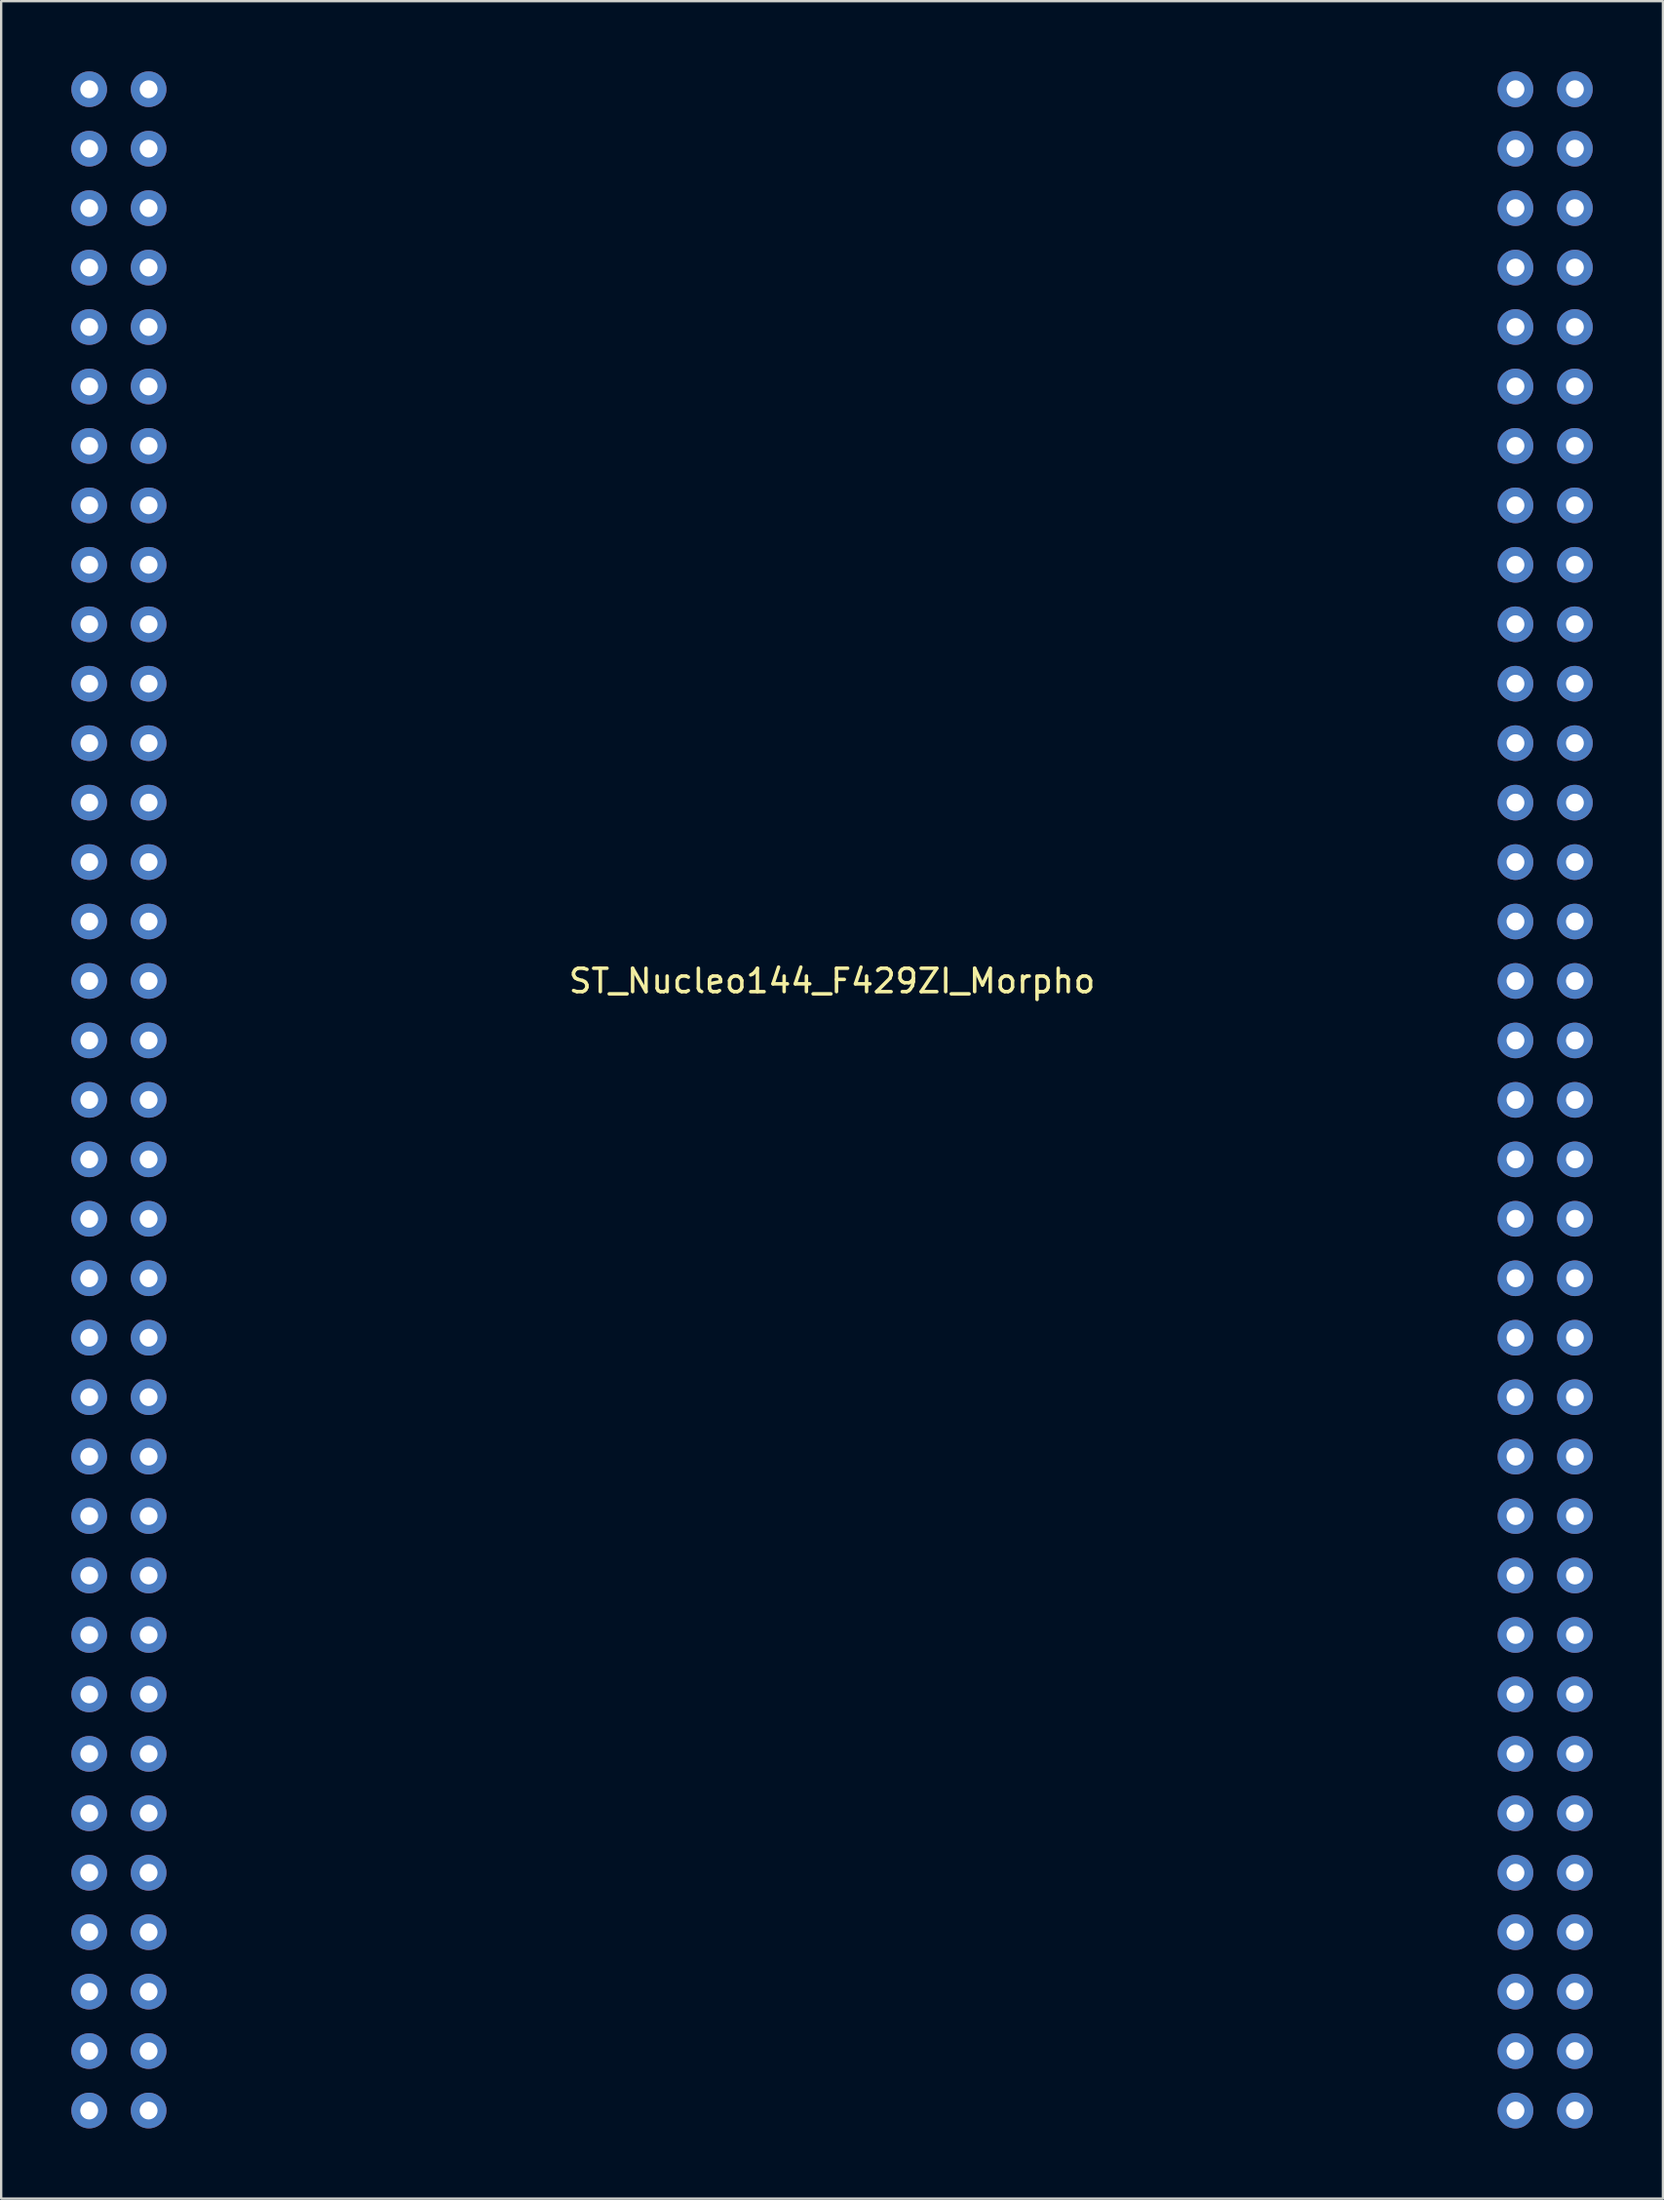
<source format=kicad_pcb>
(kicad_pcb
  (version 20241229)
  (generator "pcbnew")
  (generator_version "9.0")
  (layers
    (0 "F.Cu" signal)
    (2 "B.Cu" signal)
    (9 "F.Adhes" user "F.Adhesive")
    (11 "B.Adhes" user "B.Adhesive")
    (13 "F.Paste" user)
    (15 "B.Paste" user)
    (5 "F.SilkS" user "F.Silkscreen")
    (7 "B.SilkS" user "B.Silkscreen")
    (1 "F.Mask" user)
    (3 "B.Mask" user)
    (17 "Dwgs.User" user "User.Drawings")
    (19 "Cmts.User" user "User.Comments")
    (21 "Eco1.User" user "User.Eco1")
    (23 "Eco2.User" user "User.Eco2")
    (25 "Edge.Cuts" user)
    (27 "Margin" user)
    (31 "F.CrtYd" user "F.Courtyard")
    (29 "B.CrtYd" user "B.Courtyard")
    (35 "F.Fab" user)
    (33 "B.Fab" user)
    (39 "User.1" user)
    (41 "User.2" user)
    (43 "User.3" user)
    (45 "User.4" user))
  (footprint "ST_Nucleo144_F429ZI_Morpho"
    (layer "F.Cu")
    (at 32.512 43.942)
    (property "Reference" "ST_Nucleo144_F429ZI_Morpho" (at 0 -5.08 0) (layer "F.SilkS") (effects (font (size 1 1) (thickness 0.15))))
    (attr through_hole)
    (pad "1" thru_hole circle (at -31.75 -43.18) (size 1.524 1.524) (drill 0.762) (layers "*.Cu" "*.Mask"))
    (pad "2" thru_hole circle (at -29.21 -43.18) (size 1.524 1.524) (drill 0.762) (layers "*.Cu" "*.Mask"))
    (pad "3" thru_hole circle (at -31.75 -40.64) (size 1.524 1.524) (drill 0.762) (layers "*.Cu" "*.Mask"))
    (pad "4" thru_hole circle (at -29.21 -40.64) (size 1.524 1.524) (drill 0.762) (layers "*.Cu" "*.Mask"))
    (pad "5" thru_hole circle (at -31.75 -38.1) (size 1.524 1.524) (drill 0.762) (layers "*.Cu" "*.Mask"))
    (pad "6" thru_hole circle (at -29.21 -38.1) (size 1.524 1.524) (drill 0.762) (layers "*.Cu" "*.Mask"))
    (pad "7" thru_hole circle (at -31.75 -35.56) (size 1.524 1.524) (drill 0.762) (layers "*.Cu" "*.Mask"))
    (pad "8" thru_hole circle (at -29.21 -35.56) (size 1.524 1.524) (drill 0.762) (layers "*.Cu" "*.Mask"))
    (pad "9" thru_hole circle (at -31.75 -33.02) (size 1.524 1.524) (drill 0.762) (layers "*.Cu" "*.Mask"))
    (pad "10" thru_hole circle (at -29.21 -33.02) (size 1.524 1.524) (drill 0.762) (layers "*.Cu" "*.Mask"))
    (pad "11" thru_hole circle (at -31.75 -30.48) (size 1.524 1.524) (drill 0.762) (layers "*.Cu" "*.Mask"))
    (pad "12" thru_hole circle (at -29.21 -30.48) (size 1.524 1.524) (drill 0.762) (layers "*.Cu" "*.Mask"))
    (pad "13" thru_hole circle (at -31.75 -27.94) (size 1.524 1.524) (drill 0.762) (layers "*.Cu" "*.Mask"))
    (pad "14" thru_hole circle (at -29.21 -27.94) (size 1.524 1.524) (drill 0.762) (layers "*.Cu" "*.Mask"))
    (pad "15" thru_hole circle (at -31.75 -25.4) (size 1.524 1.524) (drill 0.762) (layers "*.Cu" "*.Mask"))
    (pad "16" thru_hole circle (at -29.21 -25.4) (size 1.524 1.524) (drill 0.762) (layers "*.Cu" "*.Mask"))
    (pad "17" thru_hole circle (at -31.75 -22.86) (size 1.524 1.524) (drill 0.762) (layers "*.Cu" "*.Mask"))
    (pad "18" thru_hole circle (at -29.21 -22.86) (size 1.524 1.524) (drill 0.762) (layers "*.Cu" "*.Mask"))
    (pad "19" thru_hole circle (at -31.75 -20.32) (size 1.524 1.524) (drill 0.762) (layers "*.Cu" "*.Mask"))
    (pad "20" thru_hole circle (at -29.21 -20.32) (size 1.524 1.524) (drill 0.762) (layers "*.Cu" "*.Mask"))
    (pad "21" thru_hole circle (at -31.75 -17.78) (size 1.524 1.524) (drill 0.762) (layers "*.Cu" "*.Mask"))
    (pad "22" thru_hole circle (at -29.21 -17.78) (size 1.524 1.524) (drill 0.762) (layers "*.Cu" "*.Mask"))
    (pad "23" thru_hole circle (at -31.75 -15.24) (size 1.524 1.524) (drill 0.762) (layers "*.Cu" "*.Mask"))
    (pad "24" thru_hole circle (at -29.21 -15.24) (size 1.524 1.524) (drill 0.762) (layers "*.Cu" "*.Mask"))
    (pad "25" thru_hole circle (at -31.75 -12.7) (size 1.524 1.524) (drill 0.762) (layers "*.Cu" "*.Mask"))
    (pad "26" thru_hole circle (at -29.21 -12.7) (size 1.524 1.524) (drill 0.762) (layers "*.Cu" "*.Mask"))
    (pad "27" thru_hole circle (at -31.75 -10.16) (size 1.524 1.524) (drill 0.762) (layers "*.Cu" "*.Mask"))
    (pad "28" thru_hole circle (at -29.21 -10.16) (size 1.524 1.524) (drill 0.762) (layers "*.Cu" "*.Mask"))
    (pad "29" thru_hole circle (at -31.75 -7.62) (size 1.524 1.524) (drill 0.762) (layers "*.Cu" "*.Mask"))
    (pad "30" thru_hole circle (at -29.21 -7.62) (size 1.524 1.524) (drill 0.762) (layers "*.Cu" "*.Mask"))
    (pad "31" thru_hole circle (at -31.75 -5.08) (size 1.524 1.524) (drill 0.762) (layers "*.Cu" "*.Mask"))
    (pad "32" thru_hole circle (at -29.21 -5.08) (size 1.524 1.524) (drill 0.762) (layers "*.Cu" "*.Mask"))
    (pad "33" thru_hole circle (at -31.75 -2.54) (size 1.524 1.524) (drill 0.762) (layers "*.Cu" "*.Mask"))
    (pad "34" thru_hole circle (at -29.21 -2.54) (size 1.524 1.524) (drill 0.762) (layers "*.Cu" "*.Mask"))
    (pad "35" thru_hole circle (at -31.75 0) (size 1.524 1.524) (drill 0.762) (layers "*.Cu" "*.Mask"))
    (pad "36" thru_hole circle (at -29.21 0) (size 1.524 1.524) (drill 0.762) (layers "*.Cu" "*.Mask"))
    (pad "37" thru_hole circle (at -31.75 2.54) (size 1.524 1.524) (drill 0.762) (layers "*.Cu" "*.Mask"))
    (pad "38" thru_hole circle (at -29.21 2.54) (size 1.524 1.524) (drill 0.762) (layers "*.Cu" "*.Mask"))
    (pad "39" thru_hole circle (at -31.75 5.08) (size 1.524 1.524) (drill 0.762) (layers "*.Cu" "*.Mask"))
    (pad "40" thru_hole circle (at -29.21 5.08) (size 1.524 1.524) (drill 0.762) (layers "*.Cu" "*.Mask"))
    (pad "41" thru_hole circle (at -31.75 7.62) (size 1.524 1.524) (drill 0.762) (layers "*.Cu" "*.Mask"))
    (pad "42" thru_hole circle (at -29.21 7.62) (size 1.524 1.524) (drill 0.762) (layers "*.Cu" "*.Mask"))
    (pad "43" thru_hole circle (at -31.75 10.16) (size 1.524 1.524) (drill 0.762) (layers "*.Cu" "*.Mask"))
    (pad "44" thru_hole circle (at -29.21 10.16) (size 1.524 1.524) (drill 0.762) (layers "*.Cu" "*.Mask"))
    (pad "45" thru_hole circle (at -31.75 12.7) (size 1.524 1.524) (drill 0.762) (layers "*.Cu" "*.Mask"))
    (pad "46" thru_hole circle (at -29.21 12.7) (size 1.524 1.524) (drill 0.762) (layers "*.Cu" "*.Mask"))
    (pad "47" thru_hole circle (at -31.75 15.24) (size 1.524 1.524) (drill 0.762) (layers "*.Cu" "*.Mask"))
    (pad "48" thru_hole circle (at -29.21 15.24) (size 1.524 1.524) (drill 0.762) (layers "*.Cu" "*.Mask"))
    (pad "49" thru_hole circle (at -31.75 17.78) (size 1.524 1.524) (drill 0.762) (layers "*.Cu" "*.Mask"))
    (pad "50" thru_hole circle (at -29.21 17.78) (size 1.524 1.524) (drill 0.762) (layers "*.Cu" "*.Mask"))
    (pad "51" thru_hole circle (at -31.75 20.32) (size 1.524 1.524) (drill 0.762) (layers "*.Cu" "*.Mask"))
    (pad "52" thru_hole circle (at -29.21 20.32) (size 1.524 1.524) (drill 0.762) (layers "*.Cu" "*.Mask"))
    (pad "53" thru_hole circle (at -31.75 22.86) (size 1.524 1.524) (drill 0.762) (layers "*.Cu" "*.Mask"))
    (pad "54" thru_hole circle (at -29.21 22.86) (size 1.524 1.524) (drill 0.762) (layers "*.Cu" "*.Mask"))
    (pad "55" thru_hole circle (at -31.75 25.4) (size 1.524 1.524) (drill 0.762) (layers "*.Cu" "*.Mask"))
    (pad "56" thru_hole circle (at -29.21 25.4) (size 1.524 1.524) (drill 0.762) (layers "*.Cu" "*.Mask"))
    (pad "57" thru_hole circle (at -31.75 27.94) (size 1.524 1.524) (drill 0.762) (layers "*.Cu" "*.Mask"))
    (pad "58" thru_hole circle (at -29.21 27.94) (size 1.524 1.524) (drill 0.762) (layers "*.Cu" "*.Mask"))
    (pad "59" thru_hole circle (at -31.75 30.48) (size 1.524 1.524) (drill 0.762) (layers "*.Cu" "*.Mask"))
    (pad "60" thru_hole circle (at -29.21 30.48) (size 1.524 1.524) (drill 0.762) (layers "*.Cu" "*.Mask"))
    (pad "61" thru_hole circle (at -31.75 33.02) (size 1.524 1.524) (drill 0.762) (layers "*.Cu" "*.Mask"))
    (pad "62" thru_hole circle (at -29.21 33.02) (size 1.524 1.524) (drill 0.762) (layers "*.Cu" "*.Mask"))
    (pad "63" thru_hole circle (at -31.75 35.56) (size 1.524 1.524) (drill 0.762) (layers "*.Cu" "*.Mask"))
    (pad "64" thru_hole circle (at -29.21 35.56) (size 1.524 1.524) (drill 0.762) (layers "*.Cu" "*.Mask"))
    (pad "65" thru_hole circle (at -31.75 38.1) (size 1.524 1.524) (drill 0.762) (layers "*.Cu" "*.Mask"))
    (pad "66" thru_hole circle (at -29.21 38.1) (size 1.524 1.524) (drill 0.762) (layers "*.Cu" "*.Mask"))
    (pad "67" thru_hole circle (at -31.75 40.64) (size 1.524 1.524) (drill 0.762) (layers "*.Cu" "*.Mask"))
    (pad "68" thru_hole circle (at -29.21 40.64) (size 1.524 1.524) (drill 0.762) (layers "*.Cu" "*.Mask"))
    (pad "69" thru_hole circle (at -31.75 43.18) (size 1.524 1.524) (drill 0.762) (layers "*.Cu" "*.Mask"))
    (pad "70" thru_hole circle (at -29.21 43.18) (size 1.524 1.524) (drill 0.762) (layers "*.Cu" "*.Mask"))
    (pad "71" thru_hole circle (at 29.21 -43.18) (size 1.524 1.524) (drill 0.762) (layers "*.Cu" "*.Mask"))
    (pad "72" thru_hole circle (at 31.75 -43.18) (size 1.524 1.524) (drill 0.762) (layers "*.Cu" "*.Mask"))
    (pad "73" thru_hole circle (at 29.21 -40.64) (size 1.524 1.524) (drill 0.762) (layers "*.Cu" "*.Mask"))
    (pad "74" thru_hole circle (at 31.75 -40.64) (size 1.524 1.524) (drill 0.762) (layers "*.Cu" "*.Mask"))
    (pad "75" thru_hole circle (at 29.21 -38.1) (size 1.524 1.524) (drill 0.762) (layers "*.Cu" "*.Mask"))
    (pad "76" thru_hole circle (at 31.75 -38.1) (size 1.524 1.524) (drill 0.762) (layers "*.Cu" "*.Mask"))
    (pad "77" thru_hole circle (at 29.21 -35.56) (size 1.524 1.524) (drill 0.762) (layers "*.Cu" "*.Mask"))
    (pad "78" thru_hole circle (at 31.75 -35.56) (size 1.524 1.524) (drill 0.762) (layers "*.Cu" "*.Mask"))
    (pad "79" thru_hole circle (at 29.21 -33.02) (size 1.524 1.524) (drill 0.762) (layers "*.Cu" "*.Mask"))
    (pad "80" thru_hole circle (at 31.75 -33.02) (size 1.524 1.524) (drill 0.762) (layers "*.Cu" "*.Mask"))
    (pad "81" thru_hole circle (at 29.21 -30.48) (size 1.524 1.524) (drill 0.762) (layers "*.Cu" "*.Mask"))
    (pad "82" thru_hole circle (at 31.75 -30.48) (size 1.524 1.524) (drill 0.762) (layers "*.Cu" "*.Mask"))
    (pad "83" thru_hole circle (at 29.21 -27.94) (size 1.524 1.524) (drill 0.762) (layers "*.Cu" "*.Mask"))
    (pad "84" thru_hole circle (at 31.75 -27.94) (size 1.524 1.524) (drill 0.762) (layers "*.Cu" "*.Mask"))
    (pad "85" thru_hole circle (at 29.21 -25.4) (size 1.524 1.524) (drill 0.762) (layers "*.Cu" "*.Mask"))
    (pad "86" thru_hole circle (at 31.75 -25.4) (size 1.524 1.524) (drill 0.762) (layers "*.Cu" "*.Mask"))
    (pad "87" thru_hole circle (at 29.21 -22.86) (size 1.524 1.524) (drill 0.762) (layers "*.Cu" "*.Mask"))
    (pad "88" thru_hole circle (at 31.75 -22.86) (size 1.524 1.524) (drill 0.762) (layers "*.Cu" "*.Mask"))
    (pad "89" thru_hole circle (at 29.21 -20.32) (size 1.524 1.524) (drill 0.762) (layers "*.Cu" "*.Mask"))
    (pad "90" thru_hole circle (at 31.75 -20.32) (size 1.524 1.524) (drill 0.762) (layers "*.Cu" "*.Mask"))
    (pad "91" thru_hole circle (at 29.21 -17.78) (size 1.524 1.524) (drill 0.762) (layers "*.Cu" "*.Mask"))
    (pad "92" thru_hole circle (at 31.75 -17.78) (size 1.524 1.524) (drill 0.762) (layers "*.Cu" "*.Mask"))
    (pad "93" thru_hole circle (at 29.21 -15.24) (size 1.524 1.524) (drill 0.762) (layers "*.Cu" "*.Mask"))
    (pad "94" thru_hole circle (at 31.75 -15.24) (size 1.524 1.524) (drill 0.762) (layers "*.Cu" "*.Mask"))
    (pad "95" thru_hole circle (at 29.21 -12.7) (size 1.524 1.524) (drill 0.762) (layers "*.Cu" "*.Mask"))
    (pad "96" thru_hole circle (at 31.75 -12.7) (size 1.524 1.524) (drill 0.762) (layers "*.Cu" "*.Mask"))
    (pad "97" thru_hole circle (at 29.21 -10.16) (size 1.524 1.524) (drill 0.762) (layers "*.Cu" "*.Mask"))
    (pad "98" thru_hole circle (at 31.75 -10.16) (size 1.524 1.524) (drill 0.762) (layers "*.Cu" "*.Mask"))
    (pad "99" thru_hole circle (at 29.21 -7.62) (size 1.524 1.524) (drill 0.762) (layers "*.Cu" "*.Mask"))
    (pad "100" thru_hole circle (at 31.75 -7.62) (size 1.524 1.524) (drill 0.762) (layers "*.Cu" "*.Mask"))
    (pad "101" thru_hole circle (at 29.21 -5.08) (size 1.524 1.524) (drill 0.762) (layers "*.Cu" "*.Mask"))
    (pad "102" thru_hole circle (at 31.75 -5.08) (size 1.524 1.524) (drill 0.762) (layers "*.Cu" "*.Mask"))
    (pad "103" thru_hole circle (at 29.21 -2.54) (size 1.524 1.524) (drill 0.762) (layers "*.Cu" "*.Mask"))
    (pad "104" thru_hole circle (at 31.75 -2.54) (size 1.524 1.524) (drill 0.762) (layers "*.Cu" "*.Mask"))
    (pad "105" thru_hole circle (at 29.21 0) (size 1.524 1.524) (drill 0.762) (layers "*.Cu" "*.Mask"))
    (pad "106" thru_hole circle (at 31.75 0) (size 1.524 1.524) (drill 0.762) (layers "*.Cu" "*.Mask"))
    (pad "107" thru_hole circle (at 29.21 2.54) (size 1.524 1.524) (drill 0.762) (layers "*.Cu" "*.Mask"))
    (pad "108" thru_hole circle (at 31.75 2.54) (size 1.524 1.524) (drill 0.762) (layers "*.Cu" "*.Mask"))
    (pad "109" thru_hole circle (at 29.21 5.08) (size 1.524 1.524) (drill 0.762) (layers "*.Cu" "*.Mask"))
    (pad "110" thru_hole circle (at 31.75 5.08) (size 1.524 1.524) (drill 0.762) (layers "*.Cu" "*.Mask"))
    (pad "111" thru_hole circle (at 29.21 7.62) (size 1.524 1.524) (drill 0.762) (layers "*.Cu" "*.Mask"))
    (pad "112" thru_hole circle (at 31.75 7.62) (size 1.524 1.524) (drill 0.762) (layers "*.Cu" "*.Mask"))
    (pad "113" thru_hole circle (at 29.21 10.16) (size 1.524 1.524) (drill 0.762) (layers "*.Cu" "*.Mask"))
    (pad "114" thru_hole circle (at 31.75 10.16) (size 1.524 1.524) (drill 0.762) (layers "*.Cu" "*.Mask"))
    (pad "115" thru_hole circle (at 29.21 12.7) (size 1.524 1.524) (drill 0.762) (layers "*.Cu" "*.Mask"))
    (pad "116" thru_hole circle (at 31.75 12.7) (size 1.524 1.524) (drill 0.762) (layers "*.Cu" "*.Mask"))
    (pad "117" thru_hole circle (at 29.21 15.24) (size 1.524 1.524) (drill 0.762) (layers "*.Cu" "*.Mask"))
    (pad "118" thru_hole circle (at 31.75 15.24) (size 1.524 1.524) (drill 0.762) (layers "*.Cu" "*.Mask"))
    (pad "119" thru_hole circle (at 29.21 17.78) (size 1.524 1.524) (drill 0.762) (layers "*.Cu" "*.Mask"))
    (pad "120" thru_hole circle (at 31.75 17.78) (size 1.524 1.524) (drill 0.762) (layers "*.Cu" "*.Mask"))
    (pad "121" thru_hole circle (at 29.21 20.32) (size 1.524 1.524) (drill 0.762) (layers "*.Cu" "*.Mask"))
    (pad "122" thru_hole circle (at 31.75 20.32) (size 1.524 1.524) (drill 0.762) (layers "*.Cu" "*.Mask"))
    (pad "123" thru_hole circle (at 29.21 22.86) (size 1.524 1.524) (drill 0.762) (layers "*.Cu" "*.Mask"))
    (pad "124" thru_hole circle (at 31.75 22.86) (size 1.524 1.524) (drill 0.762) (layers "*.Cu" "*.Mask"))
    (pad "125" thru_hole circle (at 29.21 25.4) (size 1.524 1.524) (drill 0.762) (layers "*.Cu" "*.Mask"))
    (pad "126" thru_hole circle (at 31.75 25.4) (size 1.524 1.524) (drill 0.762) (layers "*.Cu" "*.Mask"))
    (pad "127" thru_hole circle (at 29.21 27.94) (size 1.524 1.524) (drill 0.762) (layers "*.Cu" "*.Mask"))
    (pad "128" thru_hole circle (at 31.75 27.94) (size 1.524 1.524) (drill 0.762) (layers "*.Cu" "*.Mask"))
    (pad "129" thru_hole circle (at 29.21 30.48) (size 1.524 1.524) (drill 0.762) (layers "*.Cu" "*.Mask"))
    (pad "130" thru_hole circle (at 31.75 30.48) (size 1.524 1.524) (drill 0.762) (layers "*.Cu" "*.Mask"))
    (pad "131" thru_hole circle (at 29.21 33.02) (size 1.524 1.524) (drill 0.762) (layers "*.Cu" "*.Mask"))
    (pad "132" thru_hole circle (at 31.75 33.02) (size 1.524 1.524) (drill 0.762) (layers "*.Cu" "*.Mask"))
    (pad "133" thru_hole circle (at 29.21 35.56) (size 1.524 1.524) (drill 0.762) (layers "*.Cu" "*.Mask"))
    (pad "134" thru_hole circle (at 31.75 35.56) (size 1.524 1.524) (drill 0.762) (layers "*.Cu" "*.Mask"))
    (pad "135" thru_hole circle (at 29.21 38.1) (size 1.524 1.524) (drill 0.762) (layers "*.Cu" "*.Mask"))
    (pad "136" thru_hole circle (at 31.75 38.1) (size 1.524 1.524) (drill 0.762) (layers "*.Cu" "*.Mask"))
    (pad "137" thru_hole circle (at 29.21 40.64) (size 1.524 1.524) (drill 0.762) (layers "*.Cu" "*.Mask"))
    (pad "138" thru_hole circle (at 31.75 40.64) (size 1.524 1.524) (drill 0.762) (layers "*.Cu" "*.Mask"))
    (pad "139" thru_hole circle (at 29.21 43.18) (size 1.524 1.524) (drill 0.762) (layers "*.Cu" "*.Mask"))
    (pad "140" thru_hole circle (at 31.75 43.18) (size 1.524 1.524) (drill 0.762) (layers "*.Cu" "*.Mask")))
  (gr_rect
    (start -3 -3)
    (end 68.024 90.884)
    (stroke (width 0.1) (type default))
    (fill no)
    (layer "Edge.Cuts")))
</source>
